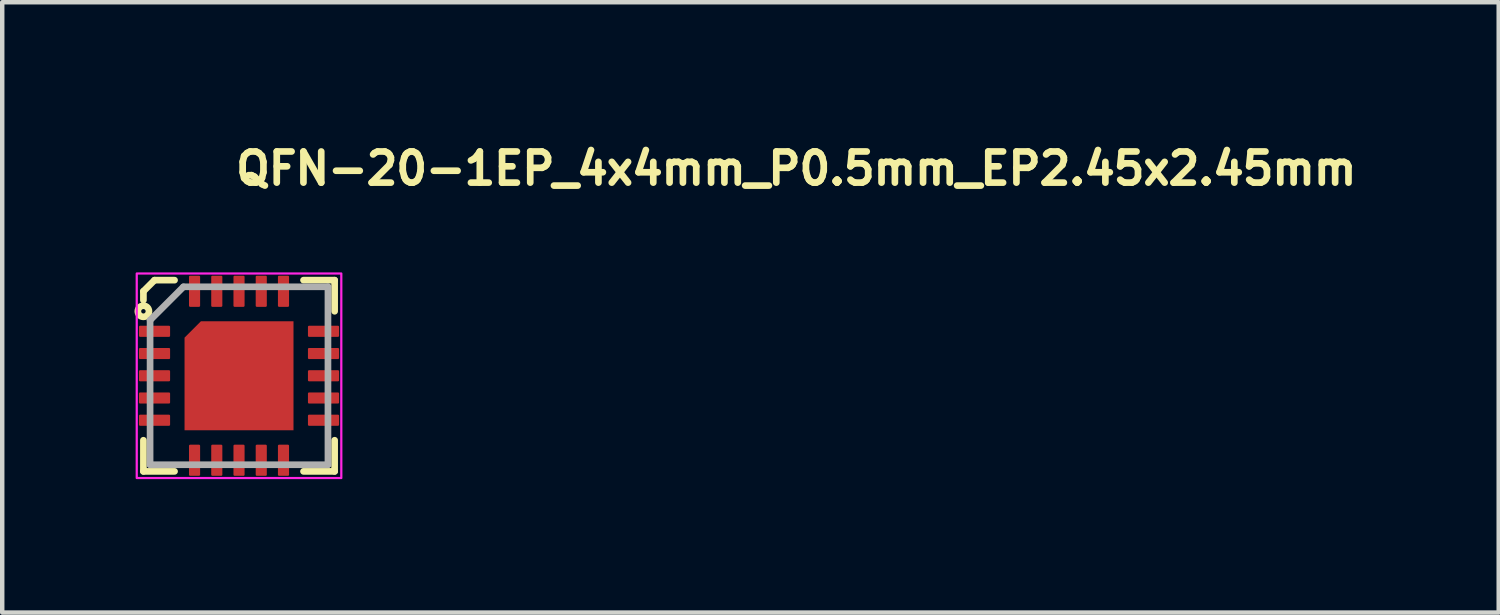
<source format=kicad_pcb>
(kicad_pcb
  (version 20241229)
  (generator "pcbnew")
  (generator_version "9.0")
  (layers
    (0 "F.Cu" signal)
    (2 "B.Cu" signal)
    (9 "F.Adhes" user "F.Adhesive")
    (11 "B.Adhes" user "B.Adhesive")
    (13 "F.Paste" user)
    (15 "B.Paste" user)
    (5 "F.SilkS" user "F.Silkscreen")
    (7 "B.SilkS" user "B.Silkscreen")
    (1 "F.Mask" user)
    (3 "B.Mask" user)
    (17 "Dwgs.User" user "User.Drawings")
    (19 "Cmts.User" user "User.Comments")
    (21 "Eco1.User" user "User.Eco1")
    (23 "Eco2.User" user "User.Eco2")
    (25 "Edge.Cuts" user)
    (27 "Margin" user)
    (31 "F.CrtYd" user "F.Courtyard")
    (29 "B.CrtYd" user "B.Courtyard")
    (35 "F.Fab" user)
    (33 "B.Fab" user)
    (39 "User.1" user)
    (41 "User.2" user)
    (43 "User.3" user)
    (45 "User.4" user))
  (footprint "QFN-20-1EP_4x4mm_P0.5mm_EP2.45x2.45mm"
    (layer "F.Cu")
    (at 2.325 5.4)
    (property "Reference" "QFN-20-1EP_4x4mm_P0.5mm_EP2.45x2.45mm" (at -0.15 -4.25 0) (layer "F.SilkS") (effects (font (size 0.7 0.7) (thickness 0.15)) (justify left bottom)))
    (attr smd)
    (fp_line (start -2.15 -1.9) (end -2.15 -1.7) (stroke (width 0.15) (type solid)) (layer "F.SilkS"))
    (fp_line (start -2.15 2.15) (end -2.15 1.45) (stroke (width 0.15) (type solid)) (layer "F.SilkS"))
    (fp_line (start -1.9 -2.15) (end -2.15 -1.9) (stroke (width 0.15) (type solid)) (layer "F.SilkS"))
    (fp_line (start -1.45 -2.15) (end -1.9 -2.15) (stroke (width 0.15) (type solid)) (layer "F.SilkS"))
    (fp_line (start -1.45 2.15) (end -2.15 2.15) (stroke (width 0.15) (type solid)) (layer "F.SilkS"))
    (fp_line (start 1.45 -2.15) (end 2.15 -2.15) (stroke (width 0.15) (type solid)) (layer "F.SilkS"))
    (fp_line (start 2.15 -2.15) (end 2.15 -1.45) (stroke (width 0.15) (type solid)) (layer "F.SilkS"))
    (fp_line (start 2.15 1.45) (end 2.15 2.15) (stroke (width 0.15) (type solid)) (layer "F.SilkS"))
    (fp_line (start 2.15 2.15) (end 1.45 2.15) (stroke (width 0.15) (type solid)) (layer "F.SilkS"))
    (fp_circle (center -2.15 -1.45) (end -2.1 -1.45) (stroke (width 0.15) (type solid)) (fill no) (layer "F.SilkS"))
    (fp_rect (start -2.3 -2.3) (end 2.3 2.3) (stroke (width 0.05) (type solid)) (fill no) (layer "F.CrtYd"))
    (fp_line (start -2 -1.25) (end -2 2) (stroke (width 0.15) (type solid)) (layer "F.Fab"))
    (fp_line (start -2 -1.25) (end -1.25 -2) (stroke (width 0.15) (type solid)) (layer "F.Fab"))
    (fp_line (start -2 2) (end 2 2) (stroke (width 0.15) (type solid)) (layer "F.Fab"))
    (fp_line (start -1.25 -2) (end 2 -2) (stroke (width 0.15) (type solid)) (layer "F.Fab"))
    (fp_line (start 2 -2) (end 2 2) (stroke (width 0.15) (type solid)) (layer "F.Fab"))
    (fp_rect (start -2 -2) (end 2 2) (stroke (width 0.1) (type solid)) (fill no) (layer "User.5"))
    (fp_rect (start 2 -2) (end -2 2) (stroke (width 0.02) (type solid)) (fill no) (layer "User.9"))
    (fp_circle (center -1.4 -1.4) (end -1.15 -1.4) (stroke (width 0.02) (type solid)) (fill no) (layer "User.9"))
    (pad "1" smd roundrect (at -1.9 -1) (size 0.7 0.25) (layers "F.Cu" "F.Mask" "F.Paste") (roundrect_rratio 0.1))
    (pad "2" smd roundrect (at -1.9 -0.5) (size 0.7 0.25) (layers "F.Cu" "F.Mask" "F.Paste") (roundrect_rratio 0.1))
    (pad "3" smd roundrect (at -1.9 0) (size 0.7 0.25) (layers "F.Cu" "F.Mask" "F.Paste") (roundrect_rratio 0.1))
    (pad "4" smd roundrect (at -1.9 0.5) (size 0.7 0.25) (layers "F.Cu" "F.Mask" "F.Paste") (roundrect_rratio 0.1))
    (pad "5" smd roundrect (at -1.9 1) (size 0.7 0.25) (layers "F.Cu" "F.Mask" "F.Paste") (roundrect_rratio 0.1))
    (pad "6" smd roundrect (at -1 1.9 90) (size 0.7 0.25) (layers "F.Cu" "F.Mask" "F.Paste") (roundrect_rratio 0.1))
    (pad "7" smd roundrect (at -0.5 1.9 90) (size 0.7 0.25) (layers "F.Cu" "F.Mask" "F.Paste") (roundrect_rratio 0.1))
    (pad "8" smd roundrect (at 0 1.9 90) (size 0.7 0.25) (layers "F.Cu" "F.Mask" "F.Paste") (roundrect_rratio 0.1))
    (pad "9" smd roundrect (at 0.5 1.9 90) (size 0.7 0.25) (layers "F.Cu" "F.Mask" "F.Paste") (roundrect_rratio 0.1))
    (pad "10" smd roundrect (at 1 1.9 90) (size 0.7 0.25) (layers "F.Cu" "F.Mask" "F.Paste") (roundrect_rratio 0.1))
    (pad "11" smd roundrect (at 1.9 1) (size 0.7 0.25) (layers "F.Cu" "F.Mask" "F.Paste") (roundrect_rratio 0.1))
    (pad "12" smd roundrect (at 1.9 0.5) (size 0.7 0.25) (layers "F.Cu" "F.Mask" "F.Paste") (roundrect_rratio 0.1))
    (pad "13" smd roundrect (at 1.9 0) (size 0.7 0.25) (layers "F.Cu" "F.Mask" "F.Paste") (roundrect_rratio 0.1))
    (pad "14" smd roundrect (at 1.9 -0.5) (size 0.7 0.25) (layers "F.Cu" "F.Mask" "F.Paste") (roundrect_rratio 0.1))
    (pad "15" smd roundrect (at 1.9 -1) (size 0.7 0.25) (layers "F.Cu" "F.Mask" "F.Paste") (roundrect_rratio 0.1))
    (pad "16" smd roundrect (at 1 -1.9 90) (size 0.7 0.25) (layers "F.Cu" "F.Mask" "F.Paste") (roundrect_rratio 0.1))
    (pad "17" smd roundrect (at 0.5 -1.9 90) (size 0.7 0.25) (layers "F.Cu" "F.Mask" "F.Paste") (roundrect_rratio 0.1))
    (pad "18" smd roundrect (at 0 -1.9 90) (size 0.7 0.25) (layers "F.Cu" "F.Mask" "F.Paste") (roundrect_rratio 0.1))
    (pad "19" smd roundrect (at -0.5 -1.9 90) (size 0.7 0.25) (layers "F.Cu" "F.Mask" "F.Paste") (roundrect_rratio 0.1))
    (pad "20" smd roundrect (at -1 -1.9 90) (size 0.7 0.25) (layers "F.Cu" "F.Mask" "F.Paste") (roundrect_rratio 0.1))
    (pad "21" smd roundrect (at 0 0) (size 2.45 2.45) (layers "F.Cu" "F.Mask" "F.Paste") (roundrect_rratio 0) (chamfer_ratio 0.15) (chamfer top_left)))
  (gr_rect
    (start -3 -3)
    (end 30.652 10.725)
    (stroke (width 0.1) (type default))
    (fill no)
    (layer "Edge.Cuts")))
</source>
